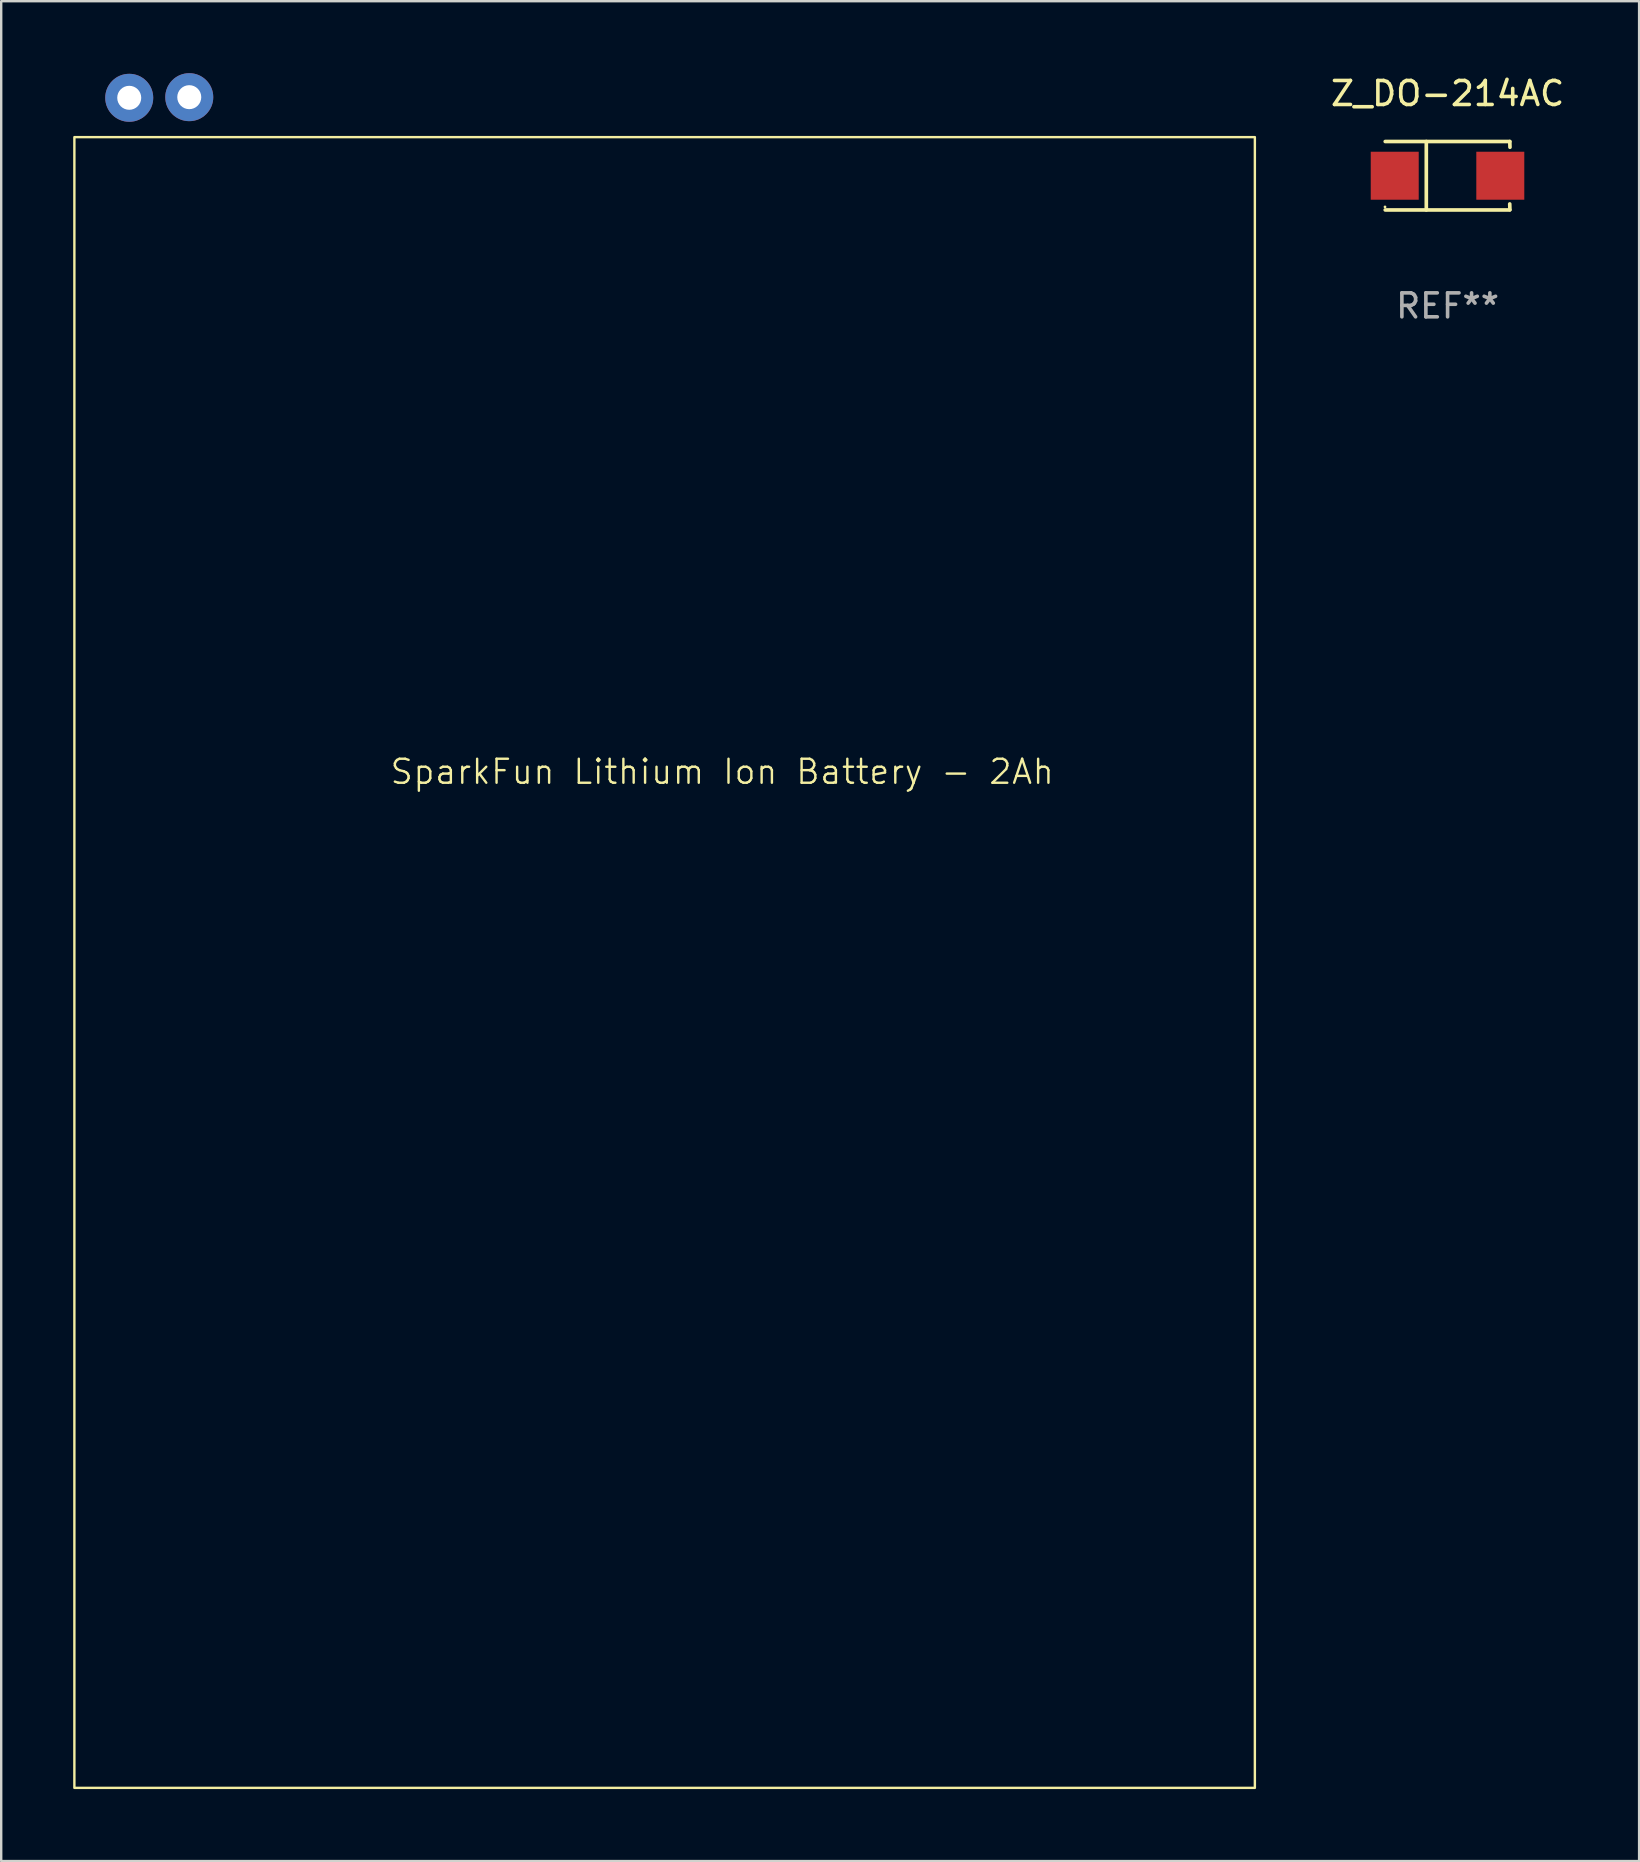
<source format=kicad_pcb>
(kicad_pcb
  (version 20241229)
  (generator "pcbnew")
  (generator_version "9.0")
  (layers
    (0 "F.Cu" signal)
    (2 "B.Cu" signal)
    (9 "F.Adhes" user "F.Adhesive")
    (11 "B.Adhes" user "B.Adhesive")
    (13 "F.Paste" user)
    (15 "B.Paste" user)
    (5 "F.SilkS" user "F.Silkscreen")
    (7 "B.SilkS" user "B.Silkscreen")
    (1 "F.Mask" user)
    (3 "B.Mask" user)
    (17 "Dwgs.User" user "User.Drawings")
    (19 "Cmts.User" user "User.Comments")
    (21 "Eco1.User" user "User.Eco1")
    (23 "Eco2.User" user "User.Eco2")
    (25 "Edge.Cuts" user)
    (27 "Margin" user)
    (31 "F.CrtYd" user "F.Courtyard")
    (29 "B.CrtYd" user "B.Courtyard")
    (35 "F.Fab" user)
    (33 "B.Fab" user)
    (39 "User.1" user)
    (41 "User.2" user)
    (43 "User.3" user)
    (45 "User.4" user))
  (footprint "SparkFun Lithium Ion Battery - 2Ah"
    (layer "F.Cu")
    (at 27.05 37.665)
    (property "Reference" "SparkFun Lithium Ion Battery - 2Ah" (at 0 -8.55 0) (unlocked yes) (layer "F.SilkS") (effects (font (size 1 1) (thickness 0.1))))
    (attr smd)
    (fp_rect (start -27 -35) (end 22.2 33.8) (stroke (width 0.1) (type default)) (fill no) (layer "F.SilkS"))
    (pad "1" thru_hole circle (at -24.714 -36.639) (size 2 2) (drill 1) (layers "*.Cu" "*.Mask"))
    (pad "2" thru_hole circle (at -22.212 -36.665) (size 2 2) (drill 1) (layers "*.Cu" "*.Mask")))
  (footprint "Z_DO-214AC"
    (layer "F.Cu")
    (at 57.279 4.274)
    (property "Reference" "Z_DO-214AC" (at 0.003 -3.426 0) (layer "F.SilkS") (effects (font (size 1 1) (thickness 0.15))))
    (attr smd)
    (fp_line (start -2.596 -1.426) (end 2.596 -1.426) (stroke (width 0.152) (type solid)) (layer "F.SilkS"))
    (fp_line (start -2.596 1.426) (end 2.596 1.426) (stroke (width 0.152) (type solid)) (layer "F.SilkS"))
    (fp_line (start -0.884 -1.426) (end -0.884 1.426) (stroke (width 0.152) (type solid)) (layer "F.SilkS"))
    (fp_line (start 2.593 1.176) (end 2.6 1.415) (stroke (width 0.152) (type solid)) (layer "F.SilkS"))
    (fp_line (start 2.596 -1.426) (end 2.603 -1.187) (stroke (width 0.152) (type solid)) (layer "F.SilkS"))
    (fp_circle (center -2.605 1.3) (end -2.575 1.3) (stroke (width 0.06) (type solid)) (fill no) (layer "F.SilkS"))
    (fp_text user "REF**" (at 0.003 5.426 0) (layer "F.Fab") (effects (font (size 1 1) (thickness 0.15))))
    (pad "1" smd rect (at -2.2 0 180) (size 2 2) (layers "F.Cu" "F.Mask" "F.Paste"))
    (pad "2" smd rect (at 2.2 0 180) (size 2 2) (layers "F.Cu" "F.Mask" "F.Paste")))
  (gr_rect
    (start -3 -3)
    (end 65.264 74.515)
    (stroke (width 0.1) (type default))
    (fill no)
    (layer "Edge.Cuts")))
</source>
